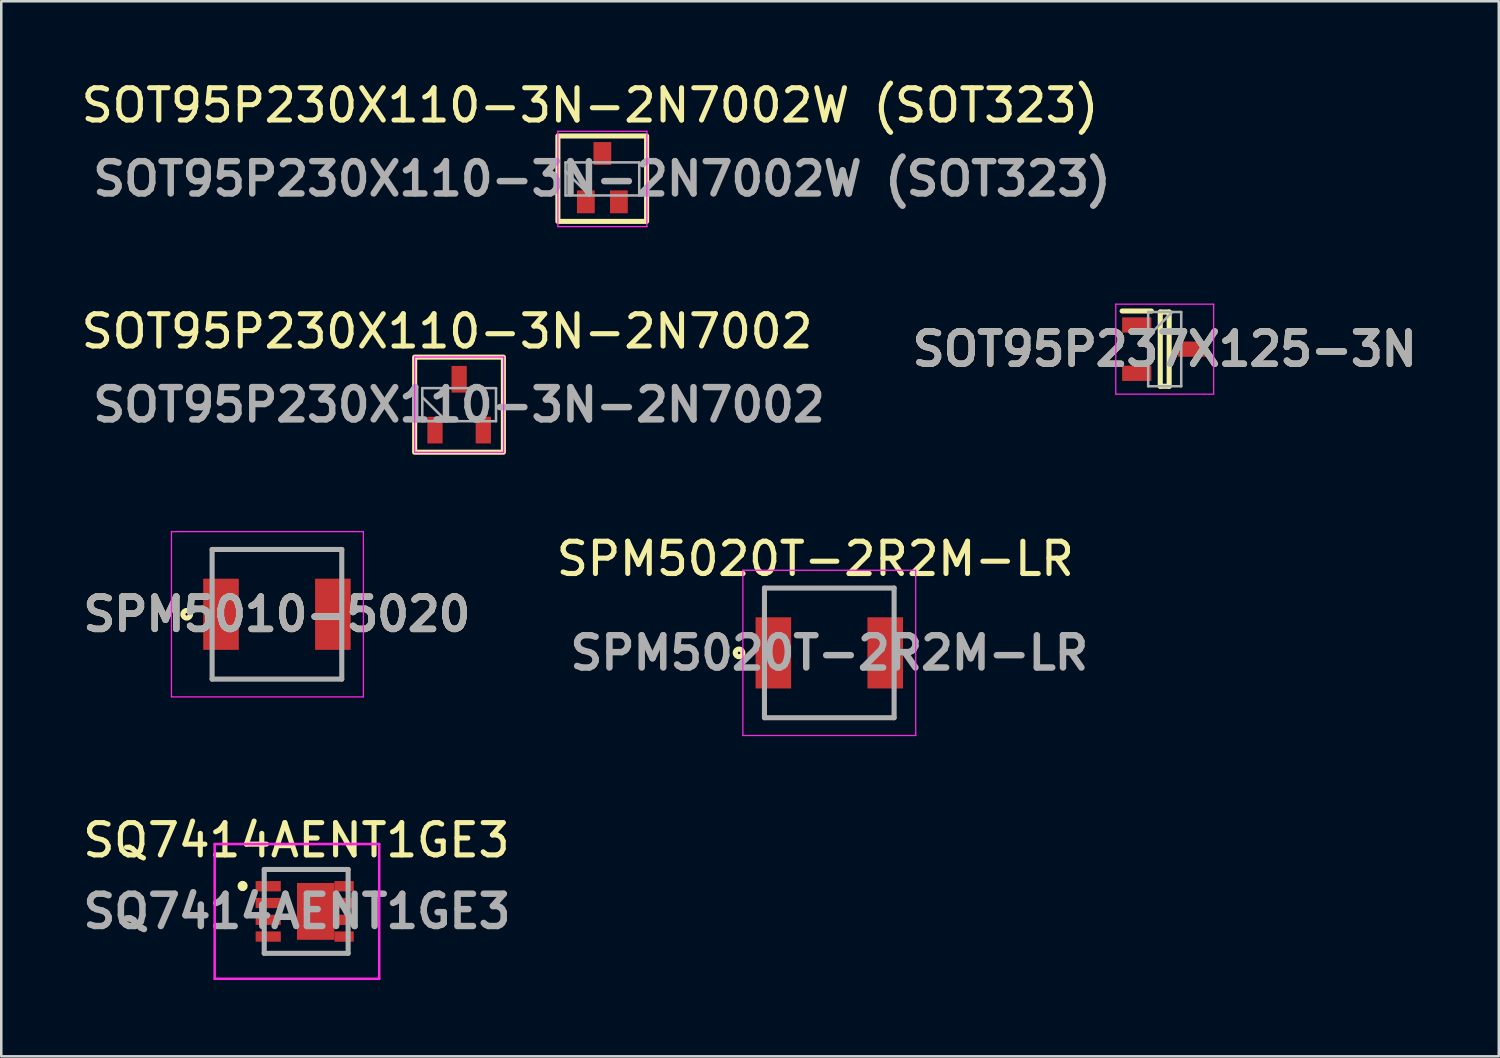
<source format=kicad_pcb>
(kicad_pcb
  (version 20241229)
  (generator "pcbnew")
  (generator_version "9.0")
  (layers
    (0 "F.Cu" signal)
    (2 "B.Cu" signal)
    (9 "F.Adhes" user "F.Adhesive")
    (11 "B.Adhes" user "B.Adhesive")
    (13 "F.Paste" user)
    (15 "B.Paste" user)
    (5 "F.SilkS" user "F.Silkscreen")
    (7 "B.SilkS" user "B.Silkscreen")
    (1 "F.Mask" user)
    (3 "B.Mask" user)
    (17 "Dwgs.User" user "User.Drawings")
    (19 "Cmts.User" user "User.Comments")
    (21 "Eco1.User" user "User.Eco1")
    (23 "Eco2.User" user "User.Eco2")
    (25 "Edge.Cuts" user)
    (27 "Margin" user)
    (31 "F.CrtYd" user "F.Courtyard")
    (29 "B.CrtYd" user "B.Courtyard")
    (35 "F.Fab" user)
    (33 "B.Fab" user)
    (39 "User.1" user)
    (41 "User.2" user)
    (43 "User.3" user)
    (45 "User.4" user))
  (footprint "SOT95P230X110-3N-2N7002W (SOT323)"
    (layer "F.Cu")
    (at 20.63 3.984)
    (property "Reference" "SOT95P230X110-3N-2N7002W (SOT323)" (at -0.47 -2.89 0) (layer "F.SilkS") (effects (font (size 1.27 1.27) (thickness 0.2))))
    (attr smd)
    (fp_rect (start -1.735 -1.685) (end 1.755 1.675) (stroke (width 0.2) (type default)) (fill no) (layer "F.SilkS"))
    (fp_line (start -1.735 -1.87) (end 1.765 -1.87) (stroke (width 0.05) (type solid)) (layer "F.CrtYd"))
    (fp_line (start -1.735 1.88) (end -1.735 -1.87) (stroke (width 0.05) (type solid)) (layer "F.CrtYd"))
    (fp_line (start 1.765 -1.87) (end 1.765 1.88) (stroke (width 0.05) (type solid)) (layer "F.CrtYd"))
    (fp_line (start 1.765 1.88) (end -1.735 1.88) (stroke (width 0.05) (type solid)) (layer "F.CrtYd"))
    (fp_line (start -1.435 -0.645) (end 1.465 -0.645) (stroke (width 0.1) (type solid)) (layer "F.Fab"))
    (fp_line (start -1.435 0.655) (end -1.435 -0.645) (stroke (width 0.1) (type solid)) (layer "F.Fab"))
    (fp_line (start -0.485 0.655) (end -1.435 -0.295) (stroke (width 0.1) (type solid)) (layer "F.Fab"))
    (fp_line (start 1.465 -0.645) (end 1.465 0.655) (stroke (width 0.1) (type solid)) (layer "F.Fab"))
    (fp_line (start 1.465 0.655) (end -1.435 0.655) (stroke (width 0.1) (type solid)) (layer "F.Fab"))
    (fp_text user "${REFERENCE}" (at 0 0 0) (layer "F.Fab") (effects (font (size 1.27 1.27) (thickness 0.254))))
    (pad "1" smd rect (at -0.635 0.905 180) (size 0.7 0.9) (layers "F.Cu" "F.Mask" "F.Paste"))
    (pad "2" smd rect (at 0.665 0.905 180) (size 0.7 0.9) (layers "F.Cu" "F.Mask" "F.Paste"))
    (pad "3" smd rect (at 0.015 -0.995 180) (size 0.7 0.9) (layers "F.Cu" "F.Mask" "F.Paste")))
  (footprint "SOT95P230X110-3N-2N7002"
    (layer "F.Cu")
    (at 15.006 12.873)
    (property "Reference" "SOT95P230X110-3N-2N7002" (at -0.47 -2.89 0) (layer "F.SilkS") (effects (font (size 1.27 1.27) (thickness 0.2))))
    (attr smd)
    (fp_rect (start -1.745 -1.875) (end 1.745 1.865) (stroke (width 0.2) (type default)) (fill no) (layer "F.SilkS"))
    (fp_line (start -1.745 -1.88) (end 1.755 -1.88) (stroke (width 0.05) (type solid)) (layer "F.CrtYd"))
    (fp_line (start -1.745 1.87) (end -1.745 -1.88) (stroke (width 0.05) (type solid)) (layer "F.CrtYd"))
    (fp_line (start 1.755 -1.88) (end 1.755 1.87) (stroke (width 0.05) (type solid)) (layer "F.CrtYd"))
    (fp_line (start 1.755 1.87) (end -1.745 1.87) (stroke (width 0.05) (type solid)) (layer "F.CrtYd"))
    (fp_line (start -1.445 -0.655) (end 1.455 -0.655) (stroke (width 0.1) (type solid)) (layer "F.Fab"))
    (fp_line (start -1.445 0.645) (end -1.445 -0.655) (stroke (width 0.1) (type solid)) (layer "F.Fab"))
    (fp_line (start -0.495 0.645) (end -1.445 -0.305) (stroke (width 0.1) (type solid)) (layer "F.Fab"))
    (fp_line (start 1.455 -0.655) (end 1.455 0.645) (stroke (width 0.1) (type solid)) (layer "F.Fab"))
    (fp_line (start 1.455 0.645) (end -1.445 0.645) (stroke (width 0.1) (type solid)) (layer "F.Fab"))
    (fp_text user "${REFERENCE}" (at 0 0 0) (layer "F.Fab") (effects (font (size 1.27 1.27) (thickness 0.254))))
    (pad "1" smd rect (at -0.945 0.995 180) (size 0.6 1.05) (layers "F.Cu" "F.Mask" "F.Paste"))
    (pad "2" smd rect (at 0.955 0.995 180) (size 0.6 1.05) (layers "F.Cu" "F.Mask" "F.Paste"))
    (pad "3" smd rect (at 0.005 -1.005 180) (size 0.6 1.05) (layers "F.Cu" "F.Mask" "F.Paste")))
  (footprint "SQ7414AENT1GE3"
    (layer "F.Cu")
    (at 8.519 32.801)
    (property "Reference" "SQ7414AENT1GE3" (at 0.09 -2.8 0) (layer "F.SilkS") (effects (font (size 1.27 1.27) (thickness 0.2))))
    (attr smd)
    (fp_line (start -2.025 -1.1) (end -2.025 -1.1) (stroke (width 0.2) (type solid)) (layer "F.SilkS"))
    (fp_line (start -2.025 -0.9) (end -2.025 -0.9) (stroke (width 0.2) (type solid)) (layer "F.SilkS"))
    (fp_line (start -1.175 -1.65) (end 2.125 -1.65) (stroke (width 0.1) (type solid)) (layer "F.SilkS"))
    (fp_line (start -1.175 -1.5) (end -1.175 -1.65) (stroke (width 0.1) (type solid)) (layer "F.SilkS"))
    (fp_line (start -1.175 1.5) (end -1.175 1.65) (stroke (width 0.1) (type solid)) (layer "F.SilkS"))
    (fp_line (start -1.175 1.65) (end 2.125 1.65) (stroke (width 0.1) (type solid)) (layer "F.SilkS"))
    (fp_line (start 2.125 -1.65) (end 2.125 -1.5) (stroke (width 0.1) (type solid)) (layer "F.SilkS"))
    (fp_line (start 2.125 1.65) (end 2.125 1.5) (stroke (width 0.1) (type solid)) (layer "F.SilkS"))
    (fp_arc (start -2.025 -1.1) (mid -1.925 -1) (end -2.025 -0.9) (stroke (width 0.2) (type solid)) (layer "F.SilkS"))
    (fp_arc (start -2.025 -0.9) (mid -2.125 -1) (end -2.025 -1.1) (stroke (width 0.2) (type solid)) (layer "F.SilkS"))
    (fp_line (start -3.125 -2.65) (end 3.347 -2.65) (stroke (width 0.1) (type solid)) (layer "F.CrtYd"))
    (fp_line (start -3.125 2.65) (end -3.125 -2.65) (stroke (width 0.1) (type solid)) (layer "F.CrtYd"))
    (fp_line (start 3.347 -2.65) (end 3.347 2.65) (stroke (width 0.1) (type solid)) (layer "F.CrtYd"))
    (fp_line (start 3.347 2.65) (end -3.125 2.65) (stroke (width 0.1) (type solid)) (layer "F.CrtYd"))
    (fp_line (start -1.175 -1.65) (end 2.125 -1.65) (stroke (width 0.2) (type solid)) (layer "F.Fab"))
    (fp_line (start -1.175 1.65) (end -1.175 -1.65) (stroke (width 0.2) (type solid)) (layer "F.Fab"))
    (fp_line (start 2.125 -1.65) (end 2.125 1.65) (stroke (width 0.2) (type solid)) (layer "F.Fab"))
    (fp_line (start 2.125 1.65) (end -1.175 1.65) (stroke (width 0.2) (type solid)) (layer "F.Fab"))
    (fp_text user "${REFERENCE}" (at 0.111 0 0) (layer "F.Fab") (effects (font (size 1.27 1.27) (thickness 0.254))))
    (pad "1" smd rect (at -1.018 -0.99 90) (size 0.405 0.99) (layers "F.Cu" "F.Mask" "F.Paste"))
    (pad "2" smd rect (at -1.018 -0.33 90) (size 0.405 0.99) (layers "F.Cu" "F.Mask" "F.Paste"))
    (pad "3" smd rect (at -1.018 0.33 90) (size 0.405 0.99) (layers "F.Cu" "F.Mask" "F.Paste"))
    (pad "4" smd rect (at -1.018 0.99 90) (size 0.405 0.99) (layers "F.Cu" "F.Mask" "F.Paste"))
    (pad "5" smd rect (at 1.967 0.99 90) (size 0.405 0.76) (layers "F.Cu" "F.Mask" "F.Paste"))
    (pad "6" smd rect (at 1.967 0.33 90) (size 0.405 0.76) (layers "F.Cu" "F.Mask" "F.Paste"))
    (pad "7" smd rect (at 1.967 -0.33 90) (size 0.405 0.76) (layers "F.Cu" "F.Mask" "F.Paste"))
    (pad "8" smd rect (at 1.967 -0.99 90) (size 0.405 0.76) (layers "F.Cu" "F.Mask" "F.Paste"))
    (pad "9" smd rect (at 0.85 0) (size 1.475 2.235) (layers "F.Cu" "F.Mask" "F.Paste")))
  (footprint "SPM5020T-2R2M-LR"
    (layer "F.Cu")
    (at 29.571 22.632)
    (property "Reference" "SPM5020T-2R2M-LR" (at -0.55 -3.7 0) (layer "F.SilkS") (effects (font (size 1.27 1.27) (thickness 0.2))))
    (attr smd)
    (fp_line (start -2.55 -2.55) (end 2.55 -2.55) (stroke (width 0.1) (type solid)) (layer "F.SilkS"))
    (fp_line (start 2.55 2.55) (end -2.55 2.55) (stroke (width 0.1) (type solid)) (layer "F.SilkS"))
    (fp_circle (center -3.55 0) (end -3.55 0.05) (stroke (width 0.2) (type solid)) (fill no) (layer "F.SilkS"))
    (fp_line (start -3.4 -3.25) (end 3.4 -3.25) (stroke (width 0.05) (type solid)) (layer "F.CrtYd"))
    (fp_line (start -3.4 3.25) (end -3.4 -3.25) (stroke (width 0.05) (type solid)) (layer "F.CrtYd"))
    (fp_line (start 3.4 -3.25) (end 3.4 3.25) (stroke (width 0.05) (type solid)) (layer "F.CrtYd"))
    (fp_line (start 3.4 3.25) (end -3.4 3.25) (stroke (width 0.05) (type solid)) (layer "F.CrtYd"))
    (fp_line (start -2.55 -2.55) (end 2.55 -2.55) (stroke (width 0.2) (type solid)) (layer "F.Fab"))
    (fp_line (start -2.55 2.55) (end -2.55 -2.55) (stroke (width 0.2) (type solid)) (layer "F.Fab"))
    (fp_line (start 2.55 -2.55) (end 2.55 2.55) (stroke (width 0.2) (type solid)) (layer "F.Fab"))
    (fp_line (start 2.55 2.55) (end -2.55 2.55) (stroke (width 0.2) (type solid)) (layer "F.Fab"))
    (fp_text user "${REFERENCE}" (at 0 0 0) (layer "F.Fab") (effects (font (size 1.27 1.27) (thickness 0.254))))
    (pad "1" smd rect (at -2.2 0) (size 1.4 2.8) (layers "F.Cu" "F.Mask" "F.Paste"))
    (pad "2" smd rect (at 2.2 0) (size 1.4 2.8) (layers "F.Cu" "F.Mask" "F.Paste")))
  (footprint "SOT95P237X125-3N"
    (layer "F.Cu")
    (at 42.765 10.684)
    (property "Reference" "SOT95P237X125-3N" (at 0 0 0) (layer "F.SilkS") (effects (font (size 1.27 1.27) (thickness 0.254))))
    (attr smd)
    (fp_line (start -1.675 -1.5) (end -0.525 -1.5) (stroke (width 0.2) (type solid)) (layer "F.SilkS"))
    (fp_line (start -0.175 -1.46) (end 0.175 -1.46) (stroke (width 0.2) (type solid)) (layer "F.SilkS"))
    (fp_line (start -0.175 1.46) (end -0.175 -1.46) (stroke (width 0.2) (type solid)) (layer "F.SilkS"))
    (fp_line (start 0.175 -1.46) (end 0.175 1.46) (stroke (width 0.2) (type solid)) (layer "F.SilkS"))
    (fp_line (start 0.175 1.46) (end -0.175 1.46) (stroke (width 0.2) (type solid)) (layer "F.SilkS"))
    (fp_line (start -1.925 -1.77) (end 1.925 -1.77) (stroke (width 0.05) (type solid)) (layer "F.CrtYd"))
    (fp_line (start -1.925 1.77) (end -1.925 -1.77) (stroke (width 0.05) (type solid)) (layer "F.CrtYd"))
    (fp_line (start 1.925 -1.77) (end 1.925 1.77) (stroke (width 0.05) (type solid)) (layer "F.CrtYd"))
    (fp_line (start 1.925 1.77) (end -1.925 1.77) (stroke (width 0.05) (type solid)) (layer "F.CrtYd"))
    (fp_line (start -0.65 -1.46) (end 0.65 -1.46) (stroke (width 0.1) (type solid)) (layer "F.Fab"))
    (fp_line (start -0.65 -0.51) (end 0.3 -1.46) (stroke (width 0.1) (type solid)) (layer "F.Fab"))
    (fp_line (start -0.65 1.46) (end -0.65 -1.46) (stroke (width 0.1) (type solid)) (layer "F.Fab"))
    (fp_line (start 0.65 -1.46) (end 0.65 1.46) (stroke (width 0.1) (type solid)) (layer "F.Fab"))
    (fp_line (start 0.65 1.46) (end -0.65 1.46) (stroke (width 0.1) (type solid)) (layer "F.Fab"))
    (fp_text user "${REFERENCE}" (at 0 0 0) (layer "F.Fab") (effects (font (size 1.27 1.27) (thickness 0.254))))
    (pad "1" smd rect (at -1.1 -0.95 90) (size 0.6 1.15) (layers "F.Cu" "F.Mask" "F.Paste"))
    (pad "2" smd rect (at -1.1 0.95 90) (size 0.6 1.15) (layers "F.Cu" "F.Mask" "F.Paste"))
    (pad "3" smd rect (at 1.1 0 90) (size 0.6 1.15) (layers "F.Cu" "F.Mask" "F.Paste")))
  (footprint "SPM5010-5020"
    (layer "F.Cu")
    (at 7.844 21.113)
    (property "Reference" "SPM5010-5020" (at 0 0 0) (layer "F.SilkS") (effects (font (size 1.27 1.27) (thickness 0.254))))
    (attr smd)
    (fp_line (start -2.55 -2.55) (end 2.55 -2.55) (stroke (width 0.1) (type solid)) (layer "F.SilkS"))
    (fp_line (start 2.55 2.55) (end -2.55 2.55) (stroke (width 0.1) (type solid)) (layer "F.SilkS"))
    (fp_circle (center -3.55 0) (end -3.55 0.05) (stroke (width 0.2) (type solid)) (fill no) (layer "F.SilkS"))
    (fp_line (start -4.15 -3.25) (end 3.4 -3.25) (stroke (width 0.05) (type solid)) (layer "F.CrtYd"))
    (fp_line (start -4.15 3.25) (end -4.15 -3.25) (stroke (width 0.05) (type solid)) (layer "F.CrtYd"))
    (fp_line (start 3.4 -3.25) (end 3.4 3.25) (stroke (width 0.05) (type solid)) (layer "F.CrtYd"))
    (fp_line (start 3.4 3.25) (end -4.15 3.25) (stroke (width 0.05) (type solid)) (layer "F.CrtYd"))
    (fp_line (start -2.55 -2.55) (end 2.55 -2.55) (stroke (width 0.2) (type solid)) (layer "F.Fab"))
    (fp_line (start -2.55 2.55) (end -2.55 -2.55) (stroke (width 0.2) (type solid)) (layer "F.Fab"))
    (fp_line (start 2.55 -2.55) (end 2.55 2.55) (stroke (width 0.2) (type solid)) (layer "F.Fab"))
    (fp_line (start 2.55 2.55) (end -2.55 2.55) (stroke (width 0.2) (type solid)) (layer "F.Fab"))
    (fp_text user "${REFERENCE}" (at 0 0 0) (layer "F.Fab") (effects (font (size 1.27 1.27) (thickness 0.254))))
    (pad "1" smd rect (at -2.2 0) (size 1.4 2.8) (layers "F.Cu" "F.Mask" "F.Paste"))
    (pad "2" smd rect (at 2.2 0) (size 1.4 2.8) (layers "F.Cu" "F.Mask" "F.Paste")))
  (gr_rect
    (start -3 -3)
    (end 55.907 38.501)
    (stroke (width 0.1) (type default))
    (fill no)
    (layer "Edge.Cuts")))
</source>
